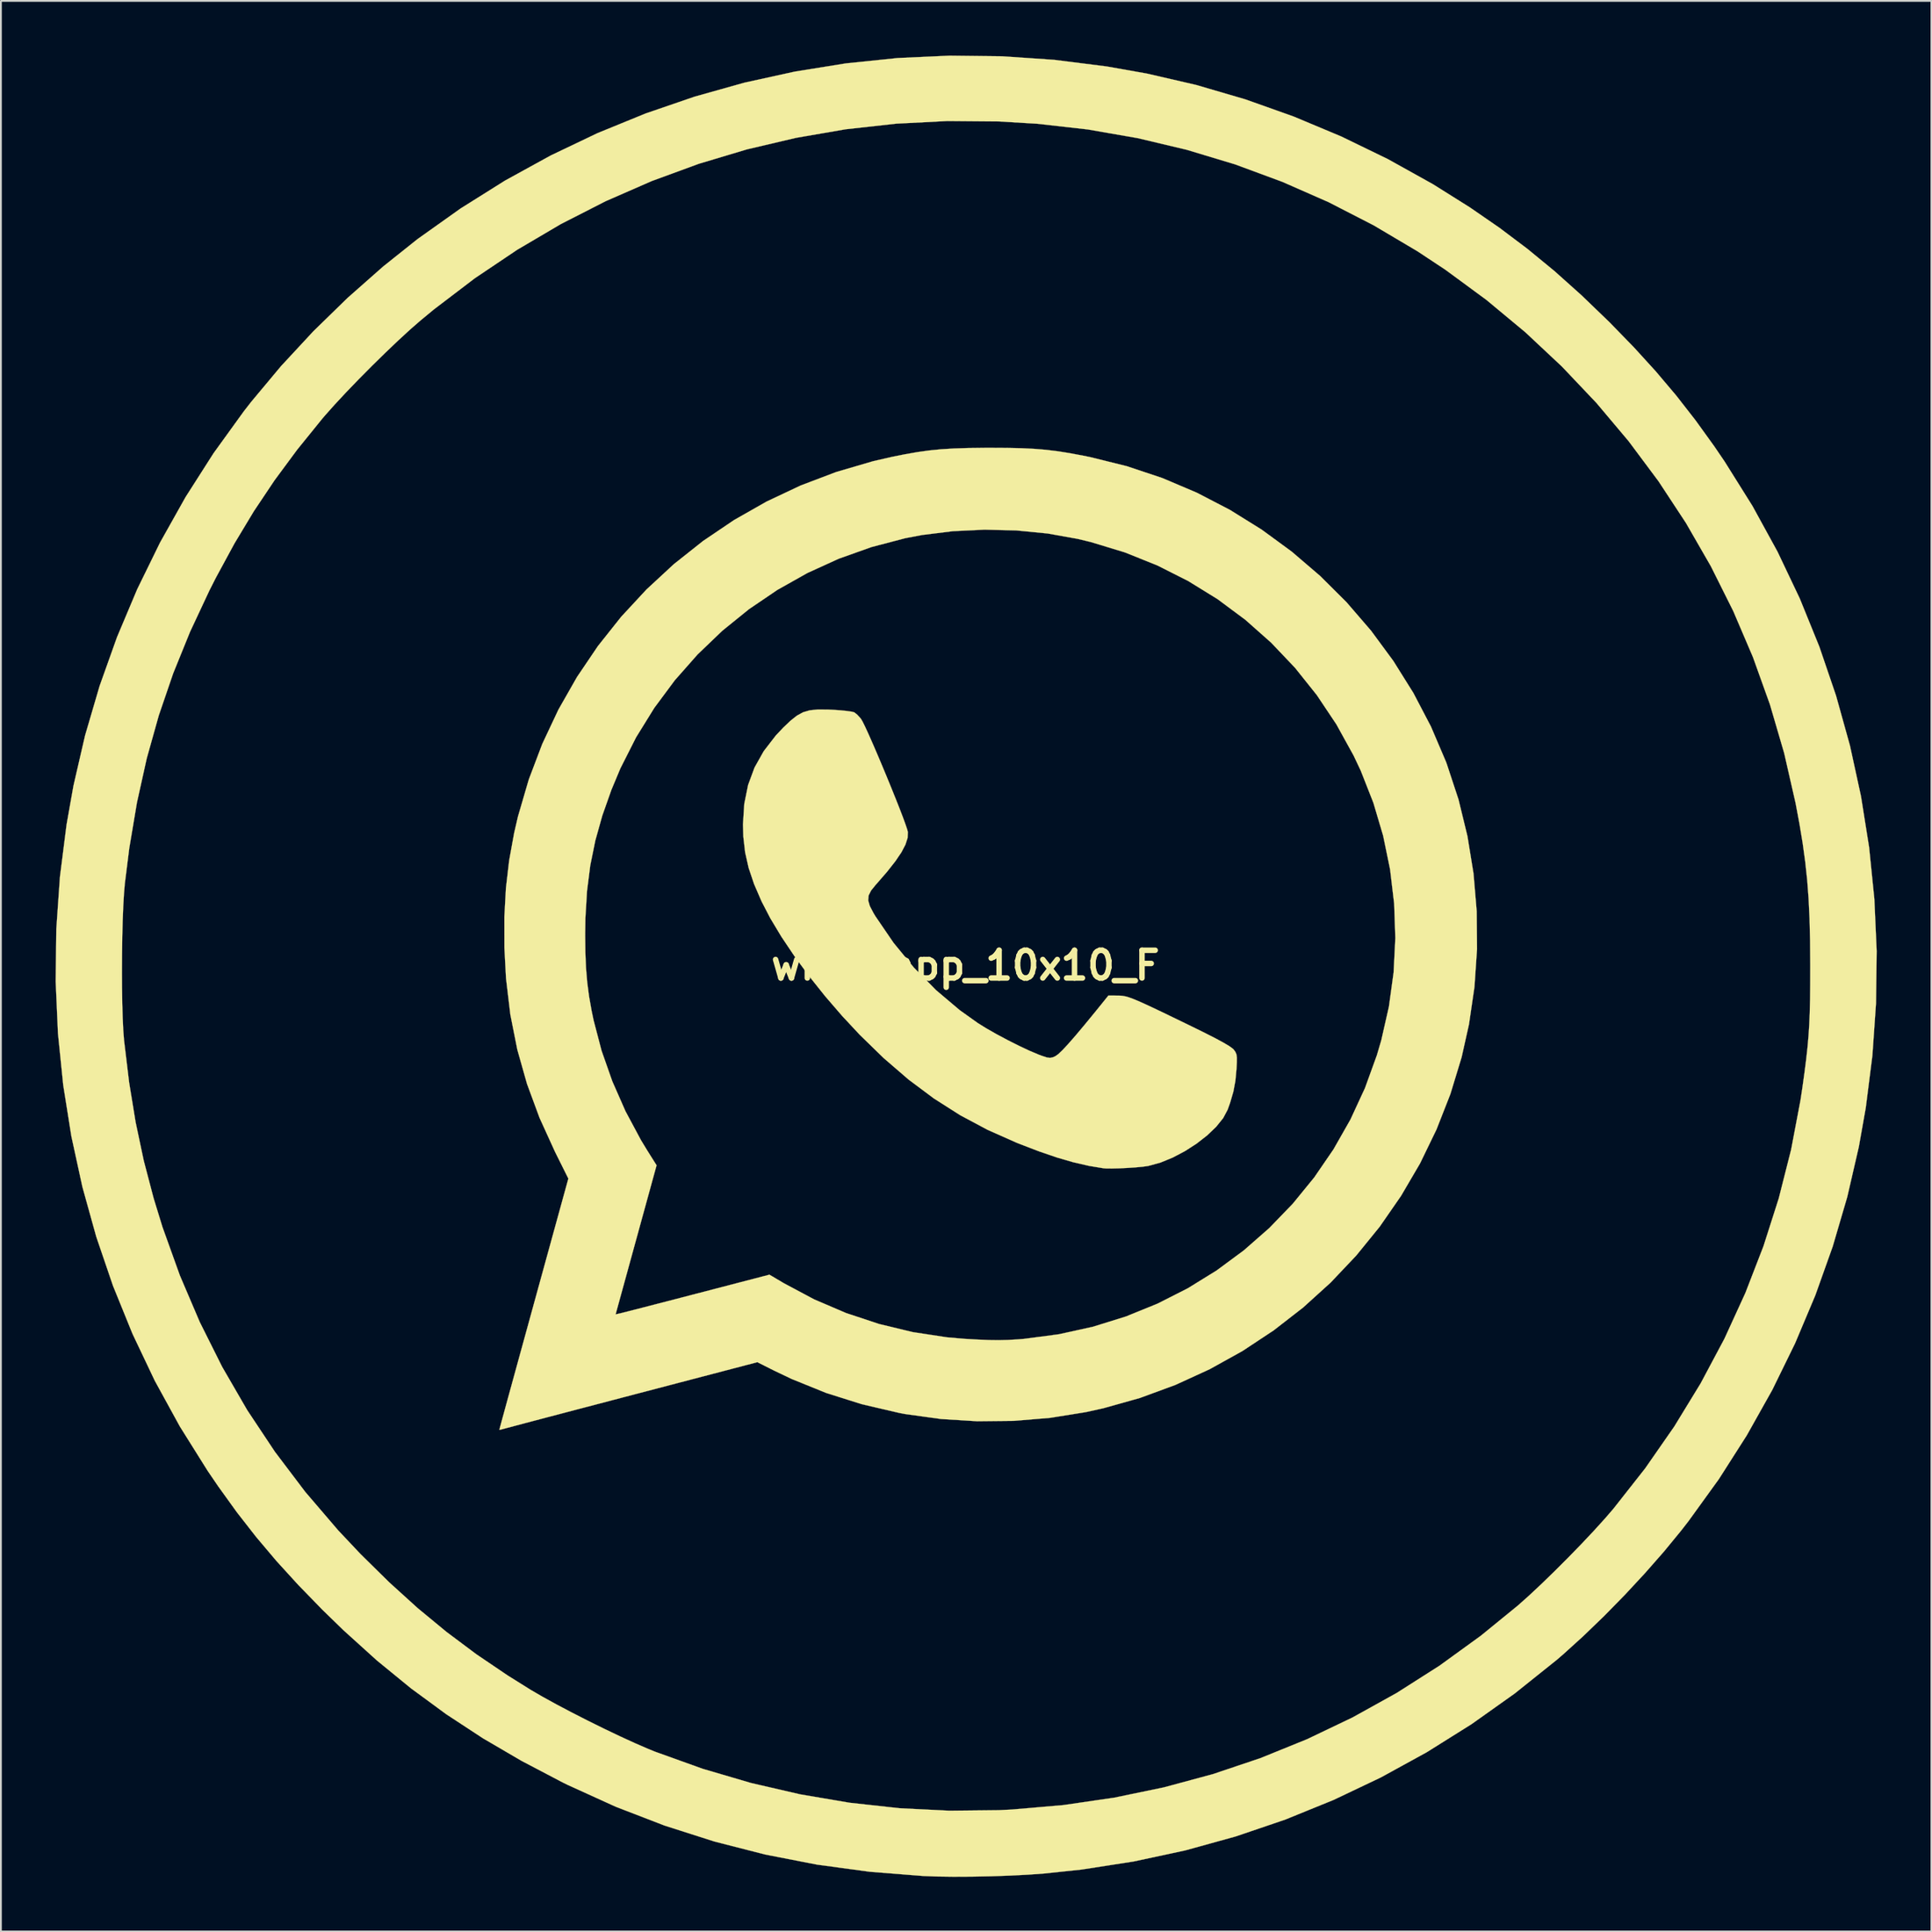
<source format=kicad_pcb>
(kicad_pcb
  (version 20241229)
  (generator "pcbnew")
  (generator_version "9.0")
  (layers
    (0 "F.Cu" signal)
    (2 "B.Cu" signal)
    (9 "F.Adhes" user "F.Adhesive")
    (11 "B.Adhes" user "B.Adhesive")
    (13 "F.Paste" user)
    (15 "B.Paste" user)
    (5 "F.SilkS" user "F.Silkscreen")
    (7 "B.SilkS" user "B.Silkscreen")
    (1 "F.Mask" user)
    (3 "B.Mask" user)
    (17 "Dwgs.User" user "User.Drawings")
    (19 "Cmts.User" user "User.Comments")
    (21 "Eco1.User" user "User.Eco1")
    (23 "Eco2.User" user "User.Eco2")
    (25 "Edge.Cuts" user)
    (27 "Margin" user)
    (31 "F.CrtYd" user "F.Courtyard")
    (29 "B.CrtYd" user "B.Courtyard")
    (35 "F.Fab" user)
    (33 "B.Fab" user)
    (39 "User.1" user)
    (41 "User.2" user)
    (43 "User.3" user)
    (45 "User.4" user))
  (footprint "whatsapp_10x10_F"
    (layer "F.Cu")
    (at 49.914 49.917)
    (property "Reference" "whatsapp_10x10_F" (at 0 0 0) (layer "F.SilkS") (effects (font (size 1.524 1.524) (thickness 0.3))))
    (attr through_hole)
    (fp_poly (pts (xy -7.559 -14.039) (xy -7.263 -14.025) (xy -6.853 -13.997) (xy -6.494 -13.96) (xy -6.227 -13.921) (xy -6.095 -13.885) (xy -5.939 -13.762) (xy -5.76 -13.568) (xy -5.726 -13.524) (xy -5.635 -13.368) (xy -5.493 -13.078) (xy -5.308 -12.675) (xy -5.091 -12.184) (xy -4.85 -11.626) (xy -4.595 -11.024) (xy -4.335 -10.4) (xy -4.079 -9.776) (xy -3.837 -9.176) (xy -3.617 -8.621) (xy -3.43 -8.134) (xy -3.285 -7.737) (xy -3.19 -7.453) (xy -3.156 -7.315) (xy -3.171 -7) (xy -3.287 -6.635) (xy -3.509 -6.21) (xy -3.845 -5.714) (xy -4.3 -5.137) (xy -4.882 -4.466) (xy -4.927 -4.417) (xy -5.175 -4.11) (xy -5.31 -3.84) (xy -5.333 -3.569) (xy -5.244 -3.26) (xy -5.043 -2.875) (xy -4.942 -2.707) (xy -3.942 -1.242) (xy -2.829 0.115) (xy -1.615 1.351) (xy -0.311 2.453) (xy 0.677 3.158) (xy 1.15 3.452) (xy 1.714 3.773) (xy 2.325 4.099) (xy 2.941 4.409) (xy 3.52 4.681) (xy 4.018 4.892) (xy 4.207 4.962) (xy 4.471 5.048) (xy 4.646 5.072) (xy 4.801 5.038) (xy 4.936 4.978) (xy 5.092 4.868) (xy 5.325 4.647) (xy 5.639 4.31) (xy 6.039 3.853) (xy 6.528 3.271) (xy 7.111 2.56) (xy 7.47 2.117) (xy 7.845 1.651) (xy 8.346 1.654) (xy 8.492 1.657) (xy 8.633 1.67) (xy 8.783 1.698) (xy 8.96 1.747) (xy 9.177 1.825) (xy 9.45 1.937) (xy 9.795 2.09) (xy 10.227 2.291) (xy 10.762 2.545) (xy 11.414 2.86) (xy 12.199 3.241) (xy 12.407 3.342) (xy 13.133 3.699) (xy 13.712 3.994) (xy 14.154 4.233) (xy 14.468 4.419) (xy 14.662 4.559) (xy 14.724 4.62) (xy 14.815 4.748) (xy 14.87 4.878) (xy 14.894 5.053) (xy 14.892 5.315) (xy 14.874 5.673) (xy 14.813 6.325) (xy 14.702 6.919) (xy 14.523 7.533) (xy 14.386 7.916) (xy 14.142 8.374) (xy 13.759 8.849) (xy 13.265 9.322) (xy 12.685 9.774) (xy 12.046 10.186) (xy 11.376 10.539) (xy 10.702 10.815) (xy 10.049 10.995) (xy 10.014 11.002) (xy 9.728 11.042) (xy 9.339 11.078) (xy 8.895 11.108) (xy 8.443 11.13) (xy 8.033 11.14) (xy 7.713 11.137) (xy 7.578 11.127) (xy 6.768 10.993) (xy 5.927 10.799) (xy 5.027 10.538) (xy 4.042 10.201) (xy 2.945 9.78) (xy 2.799 9.721) (xy 1.212 9.016) (xy -0.289 8.214) (xy -1.726 7.299) (xy -3.119 6.259) (xy -4.488 5.078) (xy -5.8 3.8) (xy -6.767 2.763) (xy -7.698 1.683) (xy -8.574 0.585) (xy -9.379 -0.511) (xy -10.095 -1.578) (xy -10.706 -2.596) (xy -11.182 -3.514) (xy -11.594 -4.467) (xy -11.891 -5.35) (xy -12.084 -6.204) (xy -12.183 -7.072) (xy -12.202 -7.742) (xy -12.131 -8.866) (xy -11.922 -9.898) (xy -11.569 -10.856) (xy -11.064 -11.756) (xy -10.402 -12.614) (xy -9.996 -13.045) (xy -9.595 -13.427) (xy -9.245 -13.704) (xy -8.907 -13.889) (xy -8.54 -13.997) (xy -8.104 -14.042) (xy -7.559 -14.039)) (stroke (width 0.01) (type solid)) (fill yes) (layer "F.SilkS"))
    (fp_poly (pts (xy 2.277 -28.394) (xy 3.069 -28.377) (xy 3.771 -28.343) (xy 4.421 -28.289) (xy 5.058 -28.211) (xy 5.723 -28.105) (xy 6.454 -27.968) (xy 6.84 -27.89) (xy 8.852 -27.392) (xy 10.807 -26.739) (xy 12.698 -25.936) (xy 14.516 -24.992) (xy 16.254 -23.911) (xy 17.905 -22.702) (xy 19.46 -21.37) (xy 20.913 -19.923) (xy 22.255 -18.366) (xy 23.478 -16.706) (xy 24.576 -14.951) (xy 25.541 -13.106) (xy 26.364 -11.178) (xy 26.409 -11.057) (xy 27.054 -9.102) (xy 27.543 -7.093) (xy 27.876 -5.046) (xy 28.051 -2.975) (xy 28.069 -0.896) (xy 27.928 1.178) (xy 27.627 3.232) (xy 27.223 5.038) (xy 26.608 7.055) (xy 25.845 8.999) (xy 24.941 10.864) (xy 23.9 12.642) (xy 22.732 14.329) (xy 21.442 15.916) (xy 20.037 17.399) (xy 18.524 18.77) (xy 16.909 20.023) (xy 15.201 21.152) (xy 13.404 22.15) (xy 11.526 23.011) (xy 9.575 23.729) (xy 7.556 24.296) (xy 6.597 24.507) (xy 4.651 24.819) (xy 2.657 24.985) (xy 0.647 25.006) (xy -1.346 24.882) (xy -3.291 24.613) (xy -3.641 24.547) (xy -5.682 24.071) (xy -7.641 23.453) (xy -9.53 22.687) (xy -10.481 22.234) (xy -11.415 21.765) (xy -18.302 23.57) (xy -19.354 23.846) (xy -20.361 24.111) (xy -21.312 24.36) (xy -22.193 24.592) (xy -22.992 24.802) (xy -23.697 24.988) (xy -24.296 25.147) (xy -24.776 25.274) (xy -25.125 25.367) (xy -25.33 25.422) (xy -25.379 25.436) (xy -25.525 25.472) (xy -25.568 25.469) (xy -25.546 25.385) (xy -25.482 25.15) (xy -25.38 24.776) (xy -25.243 24.274) (xy -25.074 23.657) (xy -24.876 22.937) (xy -24.653 22.125) (xy -24.408 21.233) (xy -24.144 20.274) (xy -23.865 19.26) (xy -23.675 18.568) (xy -21.782 11.693) (xy -22.512 10.228) (xy -23.362 8.363) (xy -24.05 6.5) (xy -24.583 4.616) (xy -24.965 2.692) (xy -25.202 0.706) (xy -25.291 -0.976) (xy -25.292 -1.693) (xy -20.861 -1.693) (xy -20.85 -0.716) (xy -20.814 0.141) (xy -20.748 0.927) (xy -20.648 1.691) (xy -20.508 2.482) (xy -20.399 3.006) (xy -19.961 4.678) (xy -19.372 6.354) (xy -18.647 8.001) (xy -17.8 9.582) (xy -17.449 10.16) (xy -16.943 10.964) (xy -18.067 15.053) (xy -19.191 19.142) (xy -18.941 19.087) (xy -18.811 19.055) (xy -18.534 18.985) (xy -18.127 18.881) (xy -17.607 18.747) (xy -16.993 18.588) (xy -16.3 18.409) (xy -15.545 18.213) (xy -14.747 18.005) (xy -14.721 17.999) (xy -10.752 16.965) (xy -9.969 17.428) (xy -8.298 18.32) (xy -6.548 19.069) (xy -4.738 19.67) (xy -2.888 20.116) (xy -1.016 20.401) (xy -0.073 20.483) (xy 0.674 20.526) (xy 1.296 20.551) (xy 1.837 20.558) (xy 2.34 20.546) (xy 2.848 20.517) (xy 3.217 20.487) (xy 5.134 20.233) (xy 6.998 19.822) (xy 8.802 19.261) (xy 10.54 18.555) (xy 12.203 17.711) (xy 13.784 16.734) (xy 15.275 15.632) (xy 16.669 14.41) (xy 17.959 13.075) (xy 19.136 11.633) (xy 20.194 10.09) (xy 21.125 8.453) (xy 21.922 6.728) (xy 22.577 4.92) (xy 22.817 4.104) (xy 23.236 2.258) (xy 23.493 0.384) (xy 23.588 -1.504) (xy 23.523 -3.392) (xy 23.3 -5.268) (xy 22.919 -7.118) (xy 22.382 -8.928) (xy 21.691 -10.685) (xy 21.299 -11.515) (xy 20.354 -13.227) (xy 19.28 -14.834) (xy 18.085 -16.33) (xy 16.774 -17.709) (xy 15.356 -18.966) (xy 13.837 -20.095) (xy 12.224 -21.091) (xy 10.524 -21.949) (xy 8.743 -22.663) (xy 6.89 -23.227) (xy 6.157 -23.404) (xy 4.513 -23.698) (xy 2.797 -23.866) (xy 1.05 -23.908) (xy -0.687 -23.825) (xy -2.375 -23.616) (xy -3.294 -23.442) (xy -5.151 -22.955) (xy -6.946 -22.316) (xy -8.67 -21.53) (xy -10.314 -20.605) (xy -11.872 -19.548) (xy -13.334 -18.365) (xy -14.692 -17.063) (xy -15.939 -15.651) (xy -17.066 -14.133) (xy -18.065 -12.519) (xy -18.928 -10.813) (xy -19.425 -9.625) (xy -19.921 -8.219) (xy -20.303 -6.855) (xy -20.58 -5.492) (xy -20.759 -4.086) (xy -20.848 -2.596) (xy -20.861 -1.693) (xy -25.292 -1.693) (xy -25.293 -2.661) (xy -25.207 -4.243) (xy -25.029 -5.766) (xy -24.755 -7.273) (xy -24.547 -8.17) (xy -23.954 -10.199) (xy -23.212 -12.156) (xy -22.328 -14.034) (xy -21.307 -15.826) (xy -20.157 -17.527) (xy -18.884 -19.129) (xy -17.495 -20.628) (xy -15.996 -22.015) (xy -14.394 -23.286) (xy -12.695 -24.434) (xy -10.906 -25.451) (xy -9.034 -26.333) (xy -7.086 -27.072) (xy -5.067 -27.663) (xy -4.071 -27.892) (xy -3.316 -28.044) (xy -2.633 -28.163) (xy -1.983 -28.254) (xy -1.328 -28.319) (xy -0.63 -28.362) (xy 0.149 -28.387) (xy 1.047 -28.398) (xy 1.355 -28.399) (xy 2.277 -28.394)) (stroke (width 0.01) (type solid)) (fill yes) (layer "F.SilkS"))
    (fp_poly (pts (xy 2.003 -49.879) (xy 4.878 -49.683) (xy 7.756 -49.32) (xy 9.948 -48.932) (xy 12.656 -48.307) (xy 15.348 -47.519) (xy 18.008 -46.574) (xy 20.621 -45.479) (xy 23.171 -44.241) (xy 25.644 -42.865) (xy 27.673 -41.591) (xy 29.293 -40.474) (xy 30.83 -39.317) (xy 32.321 -38.092) (xy 33.8 -36.768) (xy 35.305 -35.318) (xy 35.355 -35.268) (xy 36.679 -33.907) (xy 37.882 -32.586) (xy 38.996 -31.268) (xy 40.05 -29.916) (xy 41.076 -28.494) (xy 41.654 -27.644) (xy 43.179 -25.209) (xy 44.554 -22.701) (xy 45.778 -20.125) (xy 46.849 -17.489) (xy 47.766 -14.799) (xy 48.528 -12.063) (xy 49.133 -9.287) (xy 49.58 -6.478) (xy 49.867 -3.643) (xy 49.994 -0.789) (xy 49.958 2.076) (xy 49.759 4.947) (xy 49.395 7.816) (xy 49.016 9.948) (xy 48.381 12.698) (xy 47.583 15.418) (xy 46.628 18.098) (xy 45.52 20.726) (xy 44.265 23.291) (xy 42.868 25.78) (xy 41.335 28.182) (xy 39.671 30.486) (xy 39.266 31.007) (xy 38.327 32.151) (xy 37.286 33.337) (xy 36.179 34.53) (xy 35.039 35.693) (xy 33.9 36.792) (xy 32.798 37.791) (xy 32.427 38.11) (xy 30.139 39.94) (xy 27.768 41.624) (xy 25.318 43.16) (xy 22.794 44.546) (xy 20.201 45.78) (xy 17.543 46.861) (xy 14.826 47.785) (xy 12.053 48.552) (xy 9.23 49.158) (xy 6.361 49.603) (xy 4.318 49.818) (xy 3.427 49.882) (xy 2.438 49.933) (xy 1.397 49.969) (xy 0.348 49.989) (xy -0.662 49.994) (xy -1.589 49.981) (xy -2.299 49.955) (xy -5.248 49.722) (xy -8.141 49.33) (xy -10.98 48.777) (xy -13.766 48.064) (xy -16.5 47.19) (xy -19.182 46.156) (xy -21.815 44.959) (xy -22.098 44.82) (xy -24.356 43.635) (xy -26.477 42.394) (xy -28.488 41.075) (xy -30.415 39.66) (xy -32.287 38.129) (xy -34.131 36.461) (xy -35.27 35.353) (xy -36.594 33.992) (xy -37.798 32.671) (xy -38.911 31.353) (xy -39.966 30.001) (xy -40.991 28.578) (xy -41.57 27.728) (xy -43.095 25.294) (xy -44.47 22.786) (xy -45.694 20.21) (xy -46.765 17.573) (xy -47.682 14.884) (xy -48.443 12.147) (xy -49.048 9.371) (xy -49.495 6.562) (xy -49.783 3.728) (xy -49.909 0.874) (xy -49.902 0.281) (xy -46.274 0.281) (xy -46.27 1.197) (xy -46.257 2.068) (xy -46.234 2.861) (xy -46.202 3.548) (xy -46.16 4.096) (xy -46.159 4.106) (xy -45.881 6.414) (xy -45.523 8.604) (xy -45.077 10.713) (xy -44.535 12.777) (xy -44.051 14.351) (xy -43.097 17.006) (xy -42.005 19.564) (xy -40.773 22.028) (xy -39.399 24.4) (xy -37.881 26.683) (xy -36.219 28.88) (xy -34.409 30.994) (xy -33.189 32.288) (xy -31.612 33.842) (xy -30.049 35.259) (xy -28.467 36.565) (xy -26.834 37.787) (xy -25.116 38.95) (xy -23.856 39.738) (xy -23.212 40.113) (xy -22.453 40.531) (xy -21.613 40.975) (xy -20.725 41.428) (xy -19.826 41.873) (xy -18.948 42.292) (xy -18.127 42.668) (xy -17.396 42.985) (xy -17.024 43.136) (xy -14.416 44.073) (xy -11.76 44.853) (xy -9.067 45.475) (xy -6.349 45.937) (xy -3.618 46.237) (xy -0.883 46.373) (xy 1.843 46.344) (xy 2.54 46.31) (xy 5.374 46.065) (xy 8.159 45.659) (xy 10.893 45.092) (xy 13.572 44.368) (xy 16.193 43.486) (xy 18.75 42.448) (xy 21.241 41.257) (xy 23.662 39.913) (xy 26.009 38.418) (xy 28.279 36.773) (xy 30.311 35.116) (xy 30.919 34.575) (xy 31.6 33.937) (xy 32.326 33.233) (xy 33.067 32.492) (xy 33.794 31.744) (xy 34.477 31.019) (xy 35.086 30.347) (xy 35.552 29.807) (xy 37.293 27.594) (xy 38.89 25.297) (xy 40.34 22.924) (xy 41.642 20.479) (xy 42.791 17.97) (xy 43.785 15.401) (xy 44.623 12.779) (xy 45.3 10.111) (xy 45.815 7.4) (xy 45.925 6.671) (xy 46.037 5.863) (xy 46.128 5.15) (xy 46.2 4.499) (xy 46.255 3.878) (xy 46.296 3.254) (xy 46.323 2.596) (xy 46.341 1.872) (xy 46.349 1.047) (xy 46.351 0.092) (xy 46.351 -0.085) (xy 46.341 -1.399) (xy 46.312 -2.581) (xy 46.26 -3.665) (xy 46.183 -4.688) (xy 46.076 -5.685) (xy 45.938 -6.692) (xy 45.764 -7.744) (xy 45.552 -8.877) (xy 45.541 -8.932) (xy 44.92 -11.651) (xy 44.141 -14.312) (xy 43.209 -16.911) (xy 42.127 -19.442) (xy 40.9 -21.898) (xy 39.532 -24.275) (xy 38.026 -26.565) (xy 36.387 -28.763) (xy 34.619 -30.863) (xy 32.725 -32.86) (xy 30.711 -34.747) (xy 28.579 -36.518) (xy 26.334 -38.168) (xy 24.803 -39.181) (xy 22.399 -40.605) (xy 19.926 -41.876) (xy 17.389 -42.991) (xy 14.794 -43.95) (xy 12.146 -44.749) (xy 9.452 -45.389) (xy 6.716 -45.865) (xy 3.946 -46.178) (xy 1.84 -46.304) (xy -0.992 -46.327) (xy -3.794 -46.183) (xy -6.563 -45.876) (xy -9.293 -45.405) (xy -11.98 -44.774) (xy -14.619 -43.984) (xy -17.204 -43.036) (xy -19.731 -41.932) (xy -22.195 -40.674) (xy -24.591 -39.263) (xy -26.914 -37.702) (xy -29.16 -35.992) (xy -29.887 -35.391) (xy -30.463 -34.889) (xy -31.118 -34.287) (xy -31.824 -33.614) (xy -32.554 -32.898) (xy -33.278 -32.168) (xy -33.968 -31.452) (xy -34.595 -30.778) (xy -35.132 -30.176) (xy -35.292 -29.988) (xy -36.66 -28.297) (xy -37.898 -26.623) (xy -39.035 -24.924) (xy -40.098 -23.158) (xy -41.116 -21.281) (xy -41.475 -20.574) (xy -42.54 -18.299) (xy -43.464 -16.021) (xy -44.252 -13.718) (xy -44.912 -11.367) (xy -45.45 -8.944) (xy -45.873 -6.428) (xy -46.116 -4.487) (xy -46.163 -3.932) (xy -46.203 -3.241) (xy -46.234 -2.443) (xy -46.256 -1.57) (xy -46.269 -0.652) (xy -46.274 0.281) (xy -49.902 0.281) (xy -49.874 -1.992) (xy -49.675 -4.862) (xy -49.311 -7.731) (xy -48.932 -9.864) (xy -48.297 -12.613) (xy -47.499 -15.334) (xy -46.543 -18.014) (xy -45.435 -20.642) (xy -44.18 -23.206) (xy -42.783 -25.695) (xy -41.25 -28.098) (xy -39.586 -30.402) (xy -39.181 -30.922) (xy -37.546 -32.879) (xy -35.774 -34.79) (xy -33.894 -36.623) (xy -31.938 -38.35) (xy -30.054 -39.852) (xy -27.695 -41.529) (xy -25.259 -43.058) (xy -22.75 -44.437) (xy -20.176 -45.666) (xy -17.544 -46.741) (xy -14.858 -47.663) (xy -12.127 -48.43) (xy -9.355 -49.039) (xy -6.55 -49.49) (xy -3.718 -49.782) (xy -0.865 -49.912) (xy 2.003 -49.879)) (stroke (width 0.01) (type solid)) (fill yes) (layer "F.SilkS")))
  (gr_rect
    (start -3 -3)
    (end 102.913 102.916)
    (stroke (width 0.1) (type default))
    (fill no)
    (layer "Edge.Cuts")))
</source>
